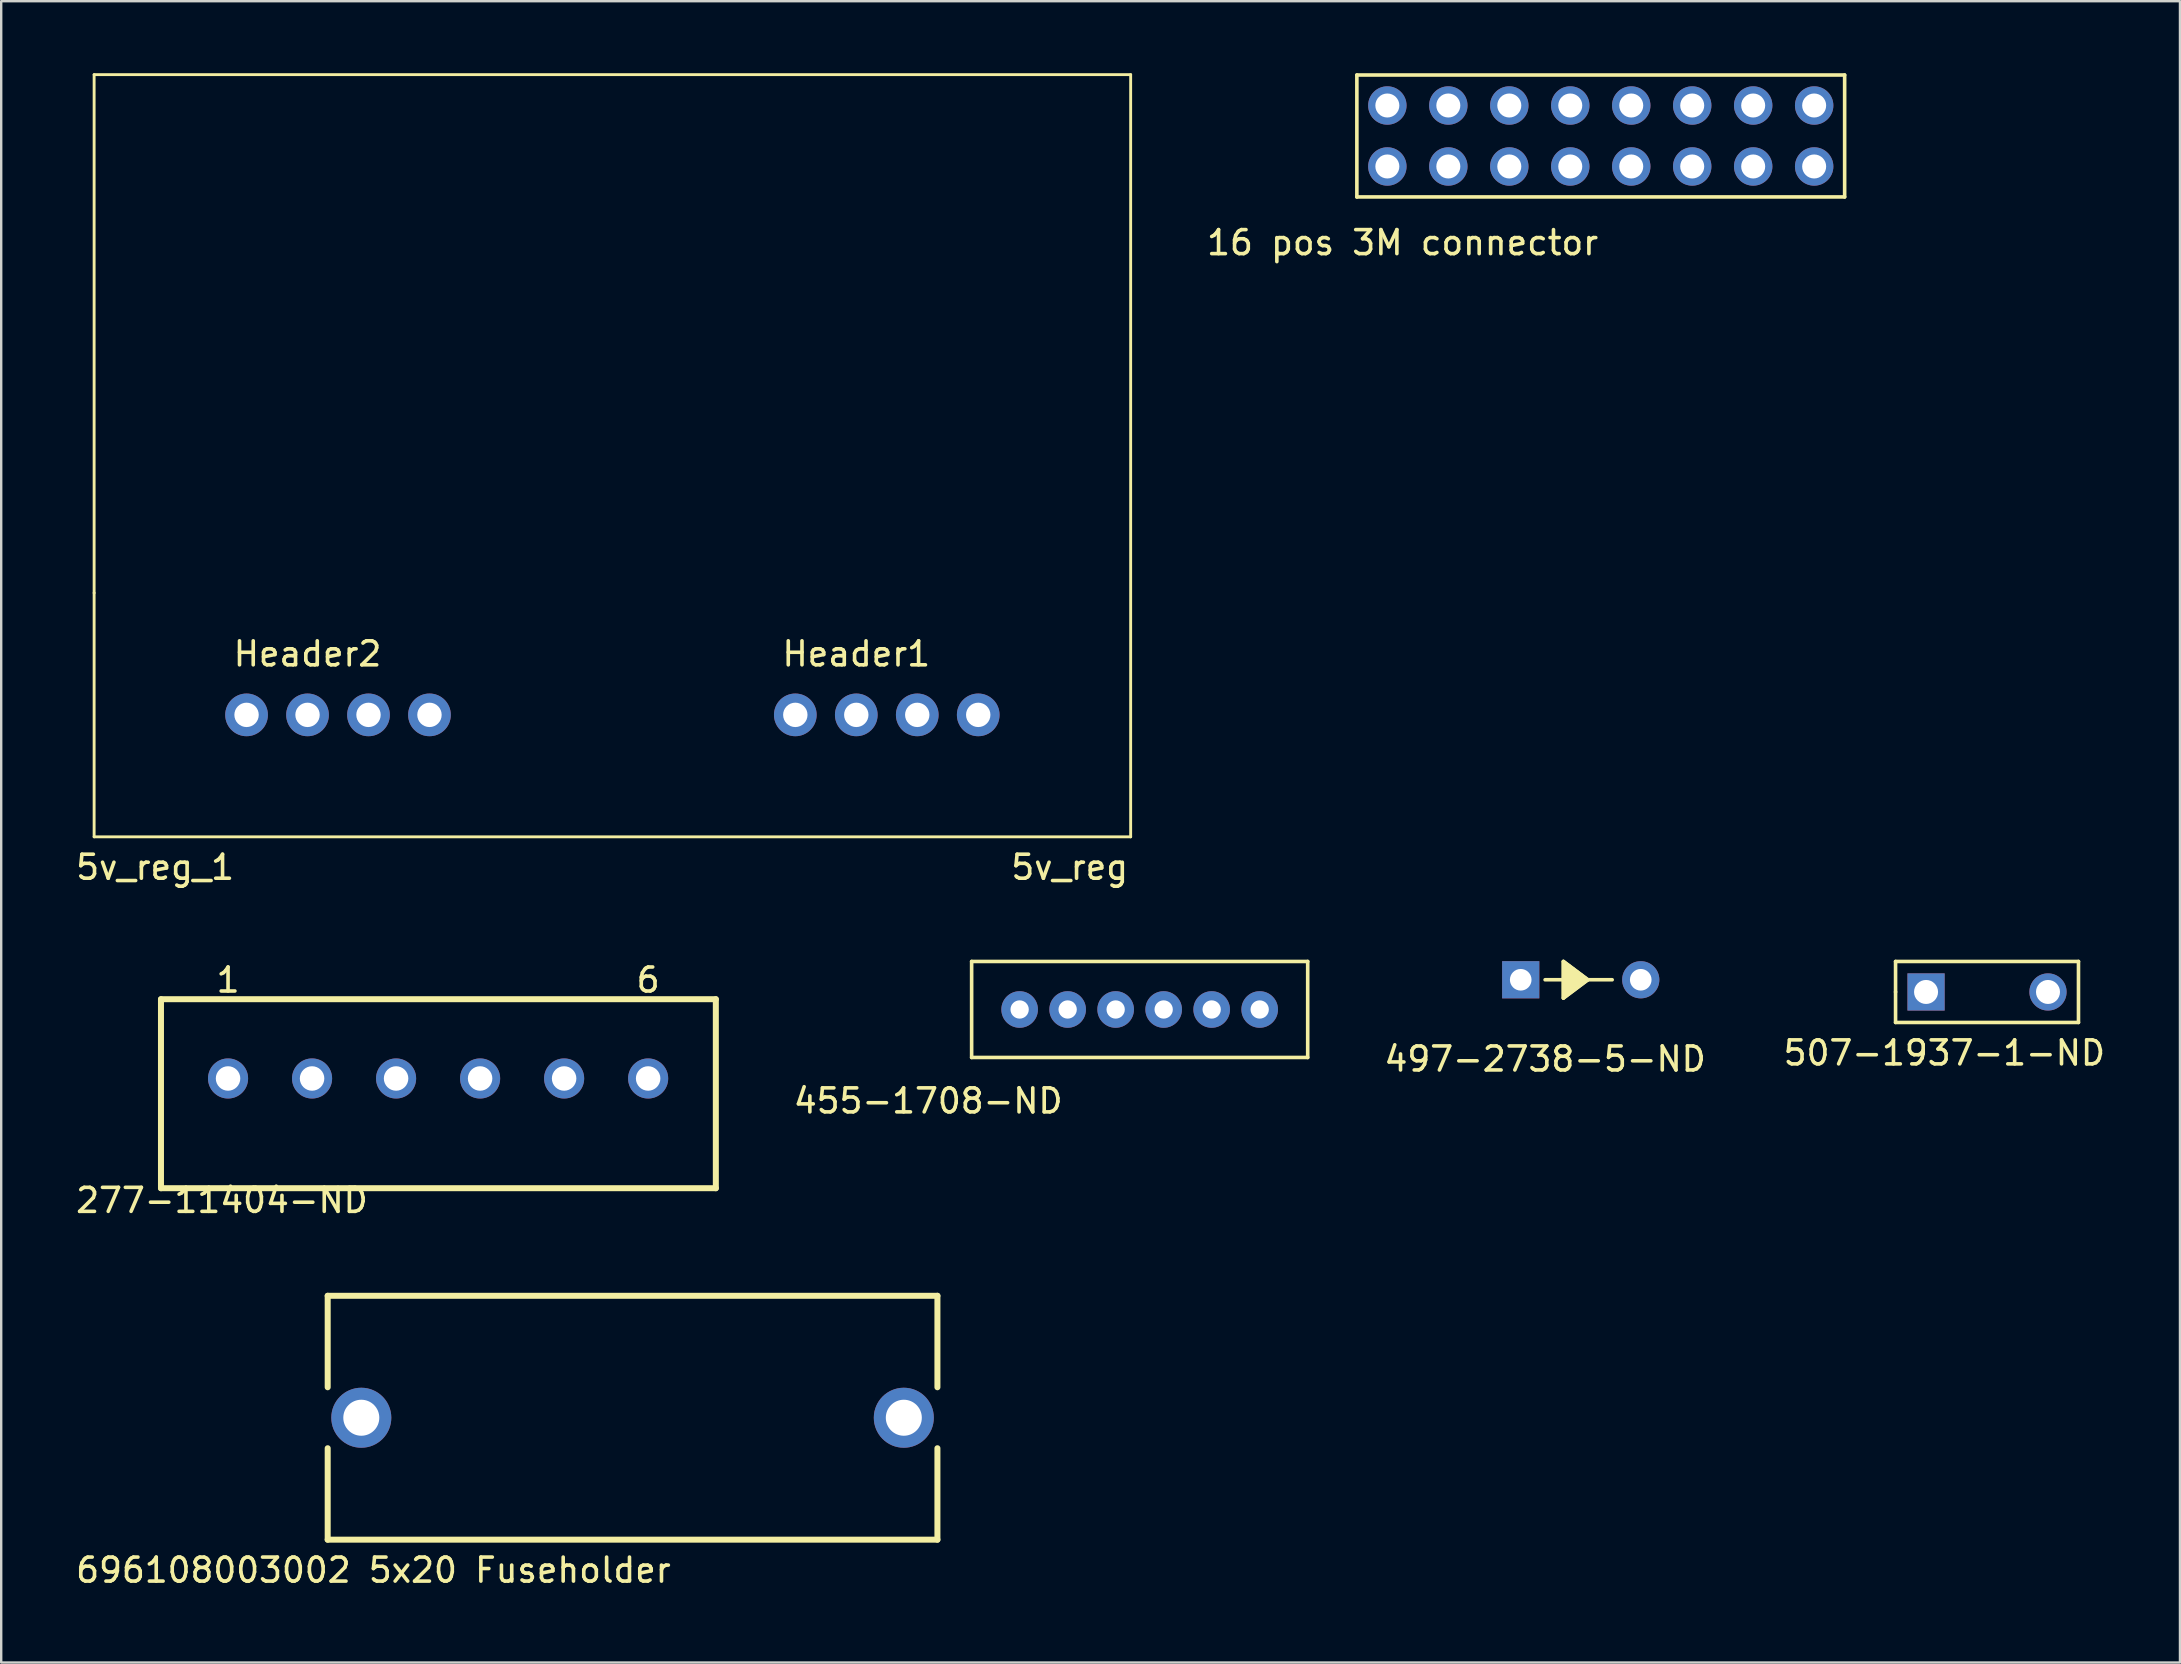
<source format=kicad_pcb>
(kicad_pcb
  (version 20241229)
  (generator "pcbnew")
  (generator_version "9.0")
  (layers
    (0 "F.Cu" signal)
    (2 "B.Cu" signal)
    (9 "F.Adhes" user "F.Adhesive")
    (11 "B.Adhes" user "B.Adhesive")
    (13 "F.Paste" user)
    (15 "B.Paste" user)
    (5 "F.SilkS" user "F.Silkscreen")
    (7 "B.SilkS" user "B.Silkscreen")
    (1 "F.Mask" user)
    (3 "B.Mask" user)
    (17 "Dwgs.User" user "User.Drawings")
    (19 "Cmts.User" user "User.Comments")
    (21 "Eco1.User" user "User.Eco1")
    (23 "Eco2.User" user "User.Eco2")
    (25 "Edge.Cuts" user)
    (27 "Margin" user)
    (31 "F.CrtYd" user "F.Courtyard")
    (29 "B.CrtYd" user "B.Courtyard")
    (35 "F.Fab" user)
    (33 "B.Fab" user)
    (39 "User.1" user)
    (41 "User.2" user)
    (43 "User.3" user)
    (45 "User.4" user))
  (footprint "497-2738-5-ND"
    (layer "F.Cu")
    (at 60.3 37.765)
    (property "Reference" "497-2738-5-ND" (at 1.016 3.302 0) (layer "F.SilkS") (effects (font (size 1 1) (thickness 0.15))))
    (attr through_hole)
    (fp_line (start 1.016 0) (end 1.778 0) (stroke (width 0.15) (type solid)) (layer "F.SilkS"))
    (fp_line (start 1.778 -0.762) (end 2.794 0) (stroke (width 0.15) (type solid)) (layer "F.SilkS"))
    (fp_line (start 1.778 0) (end 1.778 -0.762) (stroke (width 0.15) (type solid)) (layer "F.SilkS"))
    (fp_line (start 1.778 0.762) (end 1.778 0) (stroke (width 0.15) (type solid)) (layer "F.SilkS"))
    (fp_line (start 2.794 0) (end 1.778 0.762) (stroke (width 0.15) (type solid)) (layer "F.SilkS"))
    (fp_line (start 2.794 0) (end 3.81 0) (stroke (width 0.15) (type solid)) (layer "F.SilkS"))
    (fp_poly (pts (xy 1.778 -0.762) (xy 2.794 0) (xy 1.778 0.762)) (stroke (width 0.15) (type solid)) (fill yes) (layer "F.SilkS"))
    (pad "1" thru_hole rect (at 0 0) (size 1.55 1.55) (drill 0.9) (layers "*.Cu" "*.Mask"))
    (pad "2" thru_hole circle (at 5 0) (size 1.55 1.55) (drill 0.9) (layers "*.Cu" "*.Mask")))
  (footprint "277-11404-ND"
    (layer "F.Cu")
    (at 6.45 41.877)
    (property "Reference" "277-11404-ND" (at -0.254 5.08 0) (layer "F.SilkS") (effects (font (size 1 1) (thickness 0.15))))
    (attr through_hole)
    (fp_line (start -2.794 -3.302) (end -2.794 4.572) (stroke (width 0.25) (type solid)) (layer "F.SilkS"))
    (fp_line (start -2.794 -3.302) (end 20.32 -3.302) (stroke (width 0.25) (type solid)) (layer "F.SilkS"))
    (fp_line (start -2.794 4.572) (end 20.32 4.572) (stroke (width 0.25) (type solid)) (layer "F.SilkS"))
    (fp_line (start 20.32 -3.302) (end 20.32 4.572) (stroke (width 0.25) (type solid)) (layer "F.SilkS"))
    (fp_text user "1" (at 0 -4.1 0) (layer "F.SilkS") (effects (font (size 1 1) (thickness 0.15))))
    (fp_text user "6" (at 17.5 -4.1 0) (layer "F.SilkS") (effects (font (size 1 1) (thickness 0.15))))
    (pad "1" thru_hole circle (at 0 0) (size 1.67 1.67) (drill 1.02) (layers "*.Cu" "*.Mask"))
    (pad "2" thru_hole circle (at 3.5 0) (size 1.67 1.67) (drill 1.02) (layers "*.Cu" "*.Mask"))
    (pad "3" thru_hole circle (at 7 0) (size 1.67 1.67) (drill 1.02) (layers "*.Cu" "*.Mask"))
    (pad "4" thru_hole circle (at 10.5 0) (size 1.67 1.67) (drill 1.02) (layers "*.Cu" "*.Mask"))
    (pad "5" thru_hole circle (at 14 0) (size 1.67 1.67) (drill 1.02) (layers "*.Cu" "*.Mask"))
    (pad "6" thru_hole circle (at 17.5 0) (size 1.67 1.67) (drill 1.02) (layers "*.Cu" "*.Mask")))
  (footprint "16 pos 3M connector"
    (layer "F.Cu")
    (at 54.744 3.885)
    (property "Reference" "16 pos 3M connector" (at 0.635 3.175 0) (layer "F.SilkS") (effects (font (size 1 1) (thickness 0.15))))
    (attr through_hole)
    (fp_line (start -1.27 -3.81) (end -1.27 1.27) (stroke (width 0.15) (type solid)) (layer "F.SilkS"))
    (fp_line (start -1.27 1.27) (end 19.05 1.27) (stroke (width 0.15) (type solid)) (layer "F.SilkS"))
    (fp_line (start 19.05 -3.81) (end -1.27 -3.81) (stroke (width 0.15) (type solid)) (layer "F.SilkS"))
    (fp_line (start 19.05 1.27) (end 19.05 -3.81) (stroke (width 0.15) (type solid)) (layer "F.SilkS"))
    (pad "1" thru_hole circle (at 0 0) (size 1.6 1.6) (drill 1) (layers "*.Cu" "*.Mask"))
    (pad "2" thru_hole circle (at 0 -2.54) (size 1.6 1.6) (drill 1) (layers "*.Cu" "*.Mask"))
    (pad "3" thru_hole circle (at 2.54 0) (size 1.6 1.6) (drill 1) (layers "*.Cu" "*.Mask"))
    (pad "4" thru_hole circle (at 2.54 -2.54) (size 1.6 1.6) (drill 1) (layers "*.Cu" "*.Mask"))
    (pad "5" thru_hole circle (at 5.08 0) (size 1.6 1.6) (drill 1) (layers "*.Cu" "*.Mask"))
    (pad "6" thru_hole circle (at 5.08 -2.54) (size 1.6 1.6) (drill 1) (layers "*.Cu" "*.Mask"))
    (pad "7" thru_hole circle (at 7.62 0) (size 1.6 1.6) (drill 1) (layers "*.Cu" "*.Mask"))
    (pad "8" thru_hole circle (at 7.62 -2.54) (size 1.6 1.6) (drill 1) (layers "*.Cu" "*.Mask"))
    (pad "9" thru_hole circle (at 10.16 0) (size 1.6 1.6) (drill 1) (layers "*.Cu" "*.Mask"))
    (pad "10" thru_hole circle (at 10.16 -2.54) (size 1.6 1.6) (drill 1) (layers "*.Cu" "*.Mask"))
    (pad "11" thru_hole circle (at 12.7 0) (size 1.6 1.6) (drill 1) (layers "*.Cu" "*.Mask"))
    (pad "12" thru_hole circle (at 12.7 -2.54) (size 1.6 1.6) (drill 1) (layers "*.Cu" "*.Mask"))
    (pad "13" thru_hole circle (at 15.24 0) (size 1.6 1.6) (drill 1) (layers "*.Cu" "*.Mask"))
    (pad "14" thru_hole circle (at 15.24 -2.54) (size 1.6 1.6) (drill 1) (layers "*.Cu" "*.Mask"))
    (pad "15" thru_hole circle (at 17.78 0) (size 1.6 1.6) (drill 1) (layers "*.Cu" "*.Mask"))
    (pad "16" thru_hole circle (at 17.78 -2.54) (size 1.6 1.6) (drill 1) (layers "*.Cu" "*.Mask")))
  (footprint "455-1708-ND"
    (layer "F.Cu")
    (at 39.426 39.003)
    (property "Reference" "455-1708-ND" (at -3.81 3.81 0) (layer "F.SilkS") (effects (font (size 1 1) (thickness 0.15))))
    (attr through_hole)
    (fp_line (start -2 -2) (end 12 -2) (stroke (width 0.15) (type solid)) (layer "F.SilkS"))
    (fp_line (start -2 2) (end -2 -2) (stroke (width 0.15) (type solid)) (layer "F.SilkS"))
    (fp_line (start 12 -2) (end 12 2) (stroke (width 0.15) (type solid)) (layer "F.SilkS"))
    (fp_line (start 12 2) (end -2 2) (stroke (width 0.15) (type solid)) (layer "F.SilkS"))
    (pad "1" thru_hole circle (at 0 0) (size 1.524 1.524) (drill 0.762) (layers "*.Cu" "*.Mask"))
    (pad "2" thru_hole circle (at 2 0) (size 1.524 1.524) (drill 0.762) (layers "*.Cu" "*.Mask"))
    (pad "3" thru_hole circle (at 4 0) (size 1.524 1.524) (drill 0.762) (layers "*.Cu" "*.Mask"))
    (pad "4" thru_hole circle (at 6 0) (size 1.524 1.524) (drill 0.762) (layers "*.Cu" "*.Mask"))
    (pad "5" thru_hole circle (at 8 0) (size 1.524 1.524) (drill 0.762) (layers "*.Cu" "*.Mask"))
    (pad "6" thru_hole circle (at 10 0) (size 1.524 1.524) (drill 0.762) (layers "*.Cu" "*.Mask")))
  (footprint "507-1937-1-ND"
    (layer "F.Cu")
    (at 77.185 38.273)
    (property "Reference" "507-1937-1-ND" (at 0.762 2.54 0) (layer "F.SilkS") (effects (font (size 1 1) (thickness 0.15))))
    (attr through_hole)
    (fp_line (start -1.27 -1.27) (end 6.35 -1.27) (stroke (width 0.15) (type solid)) (layer "F.SilkS"))
    (fp_line (start -1.27 0) (end -1.27 -1.27) (stroke (width 0.15) (type solid)) (layer "F.SilkS"))
    (fp_line (start -1.27 1.27) (end -1.27 0) (stroke (width 0.15) (type solid)) (layer "F.SilkS"))
    (fp_line (start 6.35 -1.27) (end 6.35 1.27) (stroke (width 0.15) (type solid)) (layer "F.SilkS"))
    (fp_line (start 6.35 1.27) (end -1.27 1.27) (stroke (width 0.15) (type solid)) (layer "F.SilkS"))
    (pad "1" thru_hole rect (at 0 0) (size 1.55 1.55) (drill 1) (layers "*.Cu" "*.Mask"))
    (pad "2" thru_hole circle (at 5.08 0) (size 1.55 1.55) (drill 1) (layers "*.Cu" "*.Mask")))
  (footprint "696108003002 5x20 Fuseholder"
    (layer "F.Cu")
    (at 23.301 56.01)
    (property "Reference" "696108003002 5x20 Fuseholder" (at -10.795 6.35 0) (layer "F.SilkS") (effects (font (size 1 1) (thickness 0.15))))
    (attr through_hole)
    (fp_line (start -12.7 -5.08) (end -12.7 -1.27) (stroke (width 0.25) (type solid)) (layer "F.SilkS"))
    (fp_line (start -12.7 1.27) (end -12.7 5.08) (stroke (width 0.25) (type solid)) (layer "F.SilkS"))
    (fp_line (start -12.7 5.08) (end 12.7 5.08) (stroke (width 0.25) (type solid)) (layer "F.SilkS"))
    (fp_line (start 12.7 -5.08) (end -12.7 -5.08) (stroke (width 0.25) (type solid)) (layer "F.SilkS"))
    (fp_line (start 12.7 -1.27) (end 12.7 -5.08) (stroke (width 0.25) (type solid)) (layer "F.SilkS"))
    (fp_line (start 12.7 5.08) (end 12.7 1.27) (stroke (width 0.25) (type solid)) (layer "F.SilkS"))
    (pad "1" thru_hole circle (at -11.3 0) (size 2.5 2.5) (drill 1.5) (layers "*.Cu" "*.Mask"))
    (pad "2" thru_hole circle (at 11.3 0) (size 2.5 2.5) (drill 1.5) (layers "*.Cu" "*.Mask")))
  (footprint "5v_reg_1"
    (layer "F.Cu")
    (at 7.221 26.73)
    (property "Reference" "5v_reg_1" (at -3.81 6.35 0) (layer "F.SilkS") (effects (font (size 1 1) (thickness 0.15))))
    (attr through_hole)
    (fp_line (start -6.35 -5.08) (end -6.35 -26.67) (stroke (width 0.12) (type solid)) (layer "F.SilkS"))
    (fp_line (start -6.35 5.08) (end -6.35 -5.08) (stroke (width 0.12) (type solid)) (layer "F.SilkS"))
    (fp_line (start -6.35 5.08) (end 36.83 5.08) (stroke (width 0.12) (type solid)) (layer "F.SilkS"))
    (fp_line (start 36.83 -26.67) (end -6.35 -26.67) (stroke (width 0.12) (type solid)) (layer "F.SilkS"))
    (fp_line (start 36.83 5.08) (end 36.83 -26.67) (stroke (width 0.12) (type solid)) (layer "F.SilkS"))
    (fp_text user "Header2" (at 2.54 -2.54 0) (layer "F.SilkS") (effects (font (size 1 1) (thickness 0.15))))
    (fp_text user "Header1" (at 25.4 -2.54 0) (layer "F.SilkS") (effects (font (size 1 1) (thickness 0.15))))
    (fp_text user "5v_reg" (at 34.29 6.35 0) (layer "F.SilkS") (effects (font (size 1 1) (thickness 0.15))))
    (pad "1" thru_hole circle (at 30.48 0) (size 1.778 1.778) (drill 1.016) (layers "*.Cu" "*.Mask"))
    (pad "2" thru_hole circle (at 27.94 0) (size 1.778 1.778) (drill 1.016) (layers "*.Cu" "*.Mask"))
    (pad "3" thru_hole circle (at 25.4 0) (size 1.778 1.778) (drill 1.016) (layers "*.Cu" "*.Mask"))
    (pad "4" thru_hole circle (at 22.86 0) (size 1.778 1.778) (drill 1.016) (layers "*.Cu" "*.Mask"))
    (pad "5" thru_hole circle (at 7.62 0) (size 1.778 1.778) (drill 1.016) (layers "*.Cu" "*.Mask"))
    (pad "6" thru_hole circle (at 5.08 0) (size 1.778 1.778) (drill 1.016) (layers "*.Cu" "*.Mask"))
    (pad "7" thru_hole circle (at 2.54 0) (size 1.778 1.778) (drill 1.016) (layers "*.Cu" "*.Mask"))
    (pad "8" thru_hole circle (at 0 0) (size 1.778 1.778) (drill 1.016) (layers "*.Cu" "*.Mask")))
  (gr_rect
    (start -3 -3)
    (end 87.763 66.208)
    (stroke (width 0.1) (type default))
    (fill no)
    (layer "Edge.Cuts")))
</source>
